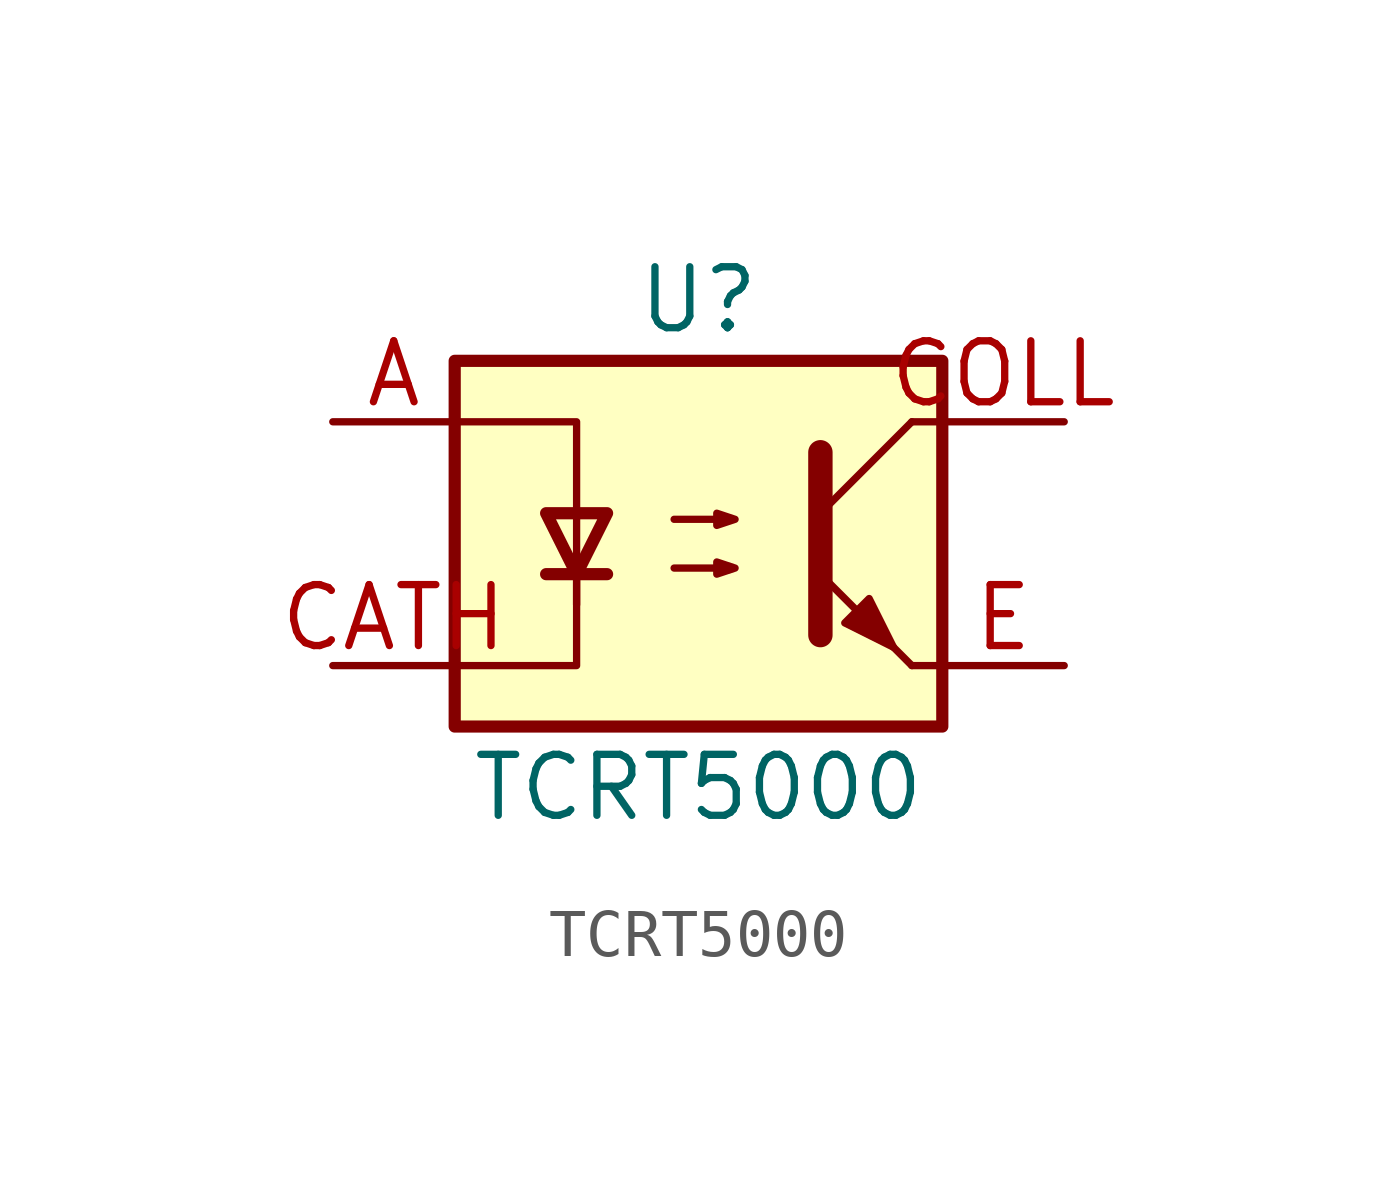
<source format=kicad_sym>
(kicad_symbol_lib
  (version 20211014)
  (generator kicad_symbol_editor)
  (symbol "TCRT5000"
    (property "Reference" "U"
      (at 0 5.08 0)
      (effects (font (size 1.27 1.27))))
    (property "Value" "TCRT5000"
      (at 0 -5.08 0)
      (effects (font (size 1.27 1.27))))
    (symbol "TCRT5000_0_1"
      (rectangle (start -5.08 3.81) (end 5.08 -3.81) (stroke (width 0.254) (type default) (color 0 0 0 0)) (fill (type background)))
      (polyline (pts (xy -3.175 -0.635) (xy -1.905 -0.635)) (stroke (width 0.254) (type default) (color 0 0 0 0)) (fill (type none)))
      (polyline (pts (xy 2.54 0.635) (xy 4.445 2.54)) (stroke (width 0) (type default) (color 0 0 0 0)) (fill (type none)))
      (polyline (pts (xy 4.445 -2.54) (xy 2.54 -0.635)) (stroke (width 0) (type default) (color 0 0 0 0)) (fill (type outline)))
      (polyline (pts (xy 4.445 -2.54) (xy 5.08 -2.54)) (stroke (width 0) (type default) (color 0 0 0 0)) (fill (type none)))
      (polyline (pts (xy 4.445 2.54) (xy 5.08 2.54)) (stroke (width 0) (type default) (color 0 0 0 0)) (fill (type none)))
      (polyline (pts (xy -2.54 -0.635) (xy -2.54 -2.54) (xy -5.08 -2.54)) (stroke (width 0) (type default) (color 0 0 0 0)) (fill (type none)))
      (polyline (pts (xy 2.54 1.905) (xy 2.54 -1.905) (xy 2.54 -1.905)) (stroke (width 0.508) (type default) (color 0 0 0 0)) (fill (type none)))
      (polyline (pts (xy -5.08 2.54) (xy -2.54 2.54) (xy -2.54 -1.27) (xy -2.54 0.635)) (stroke (width 0) (type default) (color 0 0 0 0)) (fill (type none)))
      (polyline (pts (xy -2.54 -0.635) (xy -3.175 0.635) (xy -1.905 0.635) (xy -2.54 -0.635)) (stroke (width 0.254) (type default) (color 0 0 0 0)) (fill (type none)))
      (polyline (pts (xy -0.508 -0.508) (xy 0.762 -0.508) (xy 0.381 -0.635) (xy 0.381 -0.381) (xy 0.762 -0.508)) (stroke (width 0) (type default) (color 0 0 0 0)) (fill (type none)))
      (polyline (pts (xy -0.508 0.508) (xy 0.762 0.508) (xy 0.381 0.381) (xy 0.381 0.635) (xy 0.762 0.508)) (stroke (width 0) (type default) (color 0 0 0 0)) (fill (type none)))
      (polyline (pts (xy 3.048 -1.651) (xy 3.556 -1.143) (xy 4.064 -2.159) (xy 3.048 -1.651) (xy 3.048 -1.651)) (stroke (width 0) (type default) (color 0 0 0 0)) (fill (type outline))))
    (symbol "TCRT5000_1_1"
      (pin passive line (at -7.62 2.54 0) (length 2.54) (name "~" (effects (font (size 1.27 1.27)))) (number "A" (effects (font (size 1.27 1.27)))))
      (pin passive line (at -7.62 -2.54 0) (length 2.54) (name "~" (effects (font (size 1.27 1.27)))) (number "CATH" (effects (font (size 1.27 1.27)))))
      (pin passive line (at 7.62 2.54 180) (length 2.54) (name "~" (effects (font (size 1.27 1.27)))) (number "COLL" (effects (font (size 1.27 1.27)))))
      (pin passive line (at 7.62 -2.54 180) (length 2.54) (name "~" (effects (font (size 1.27 1.27)))) (number "E" (effects (font (size 1.27 1.27))))))))
</source>
